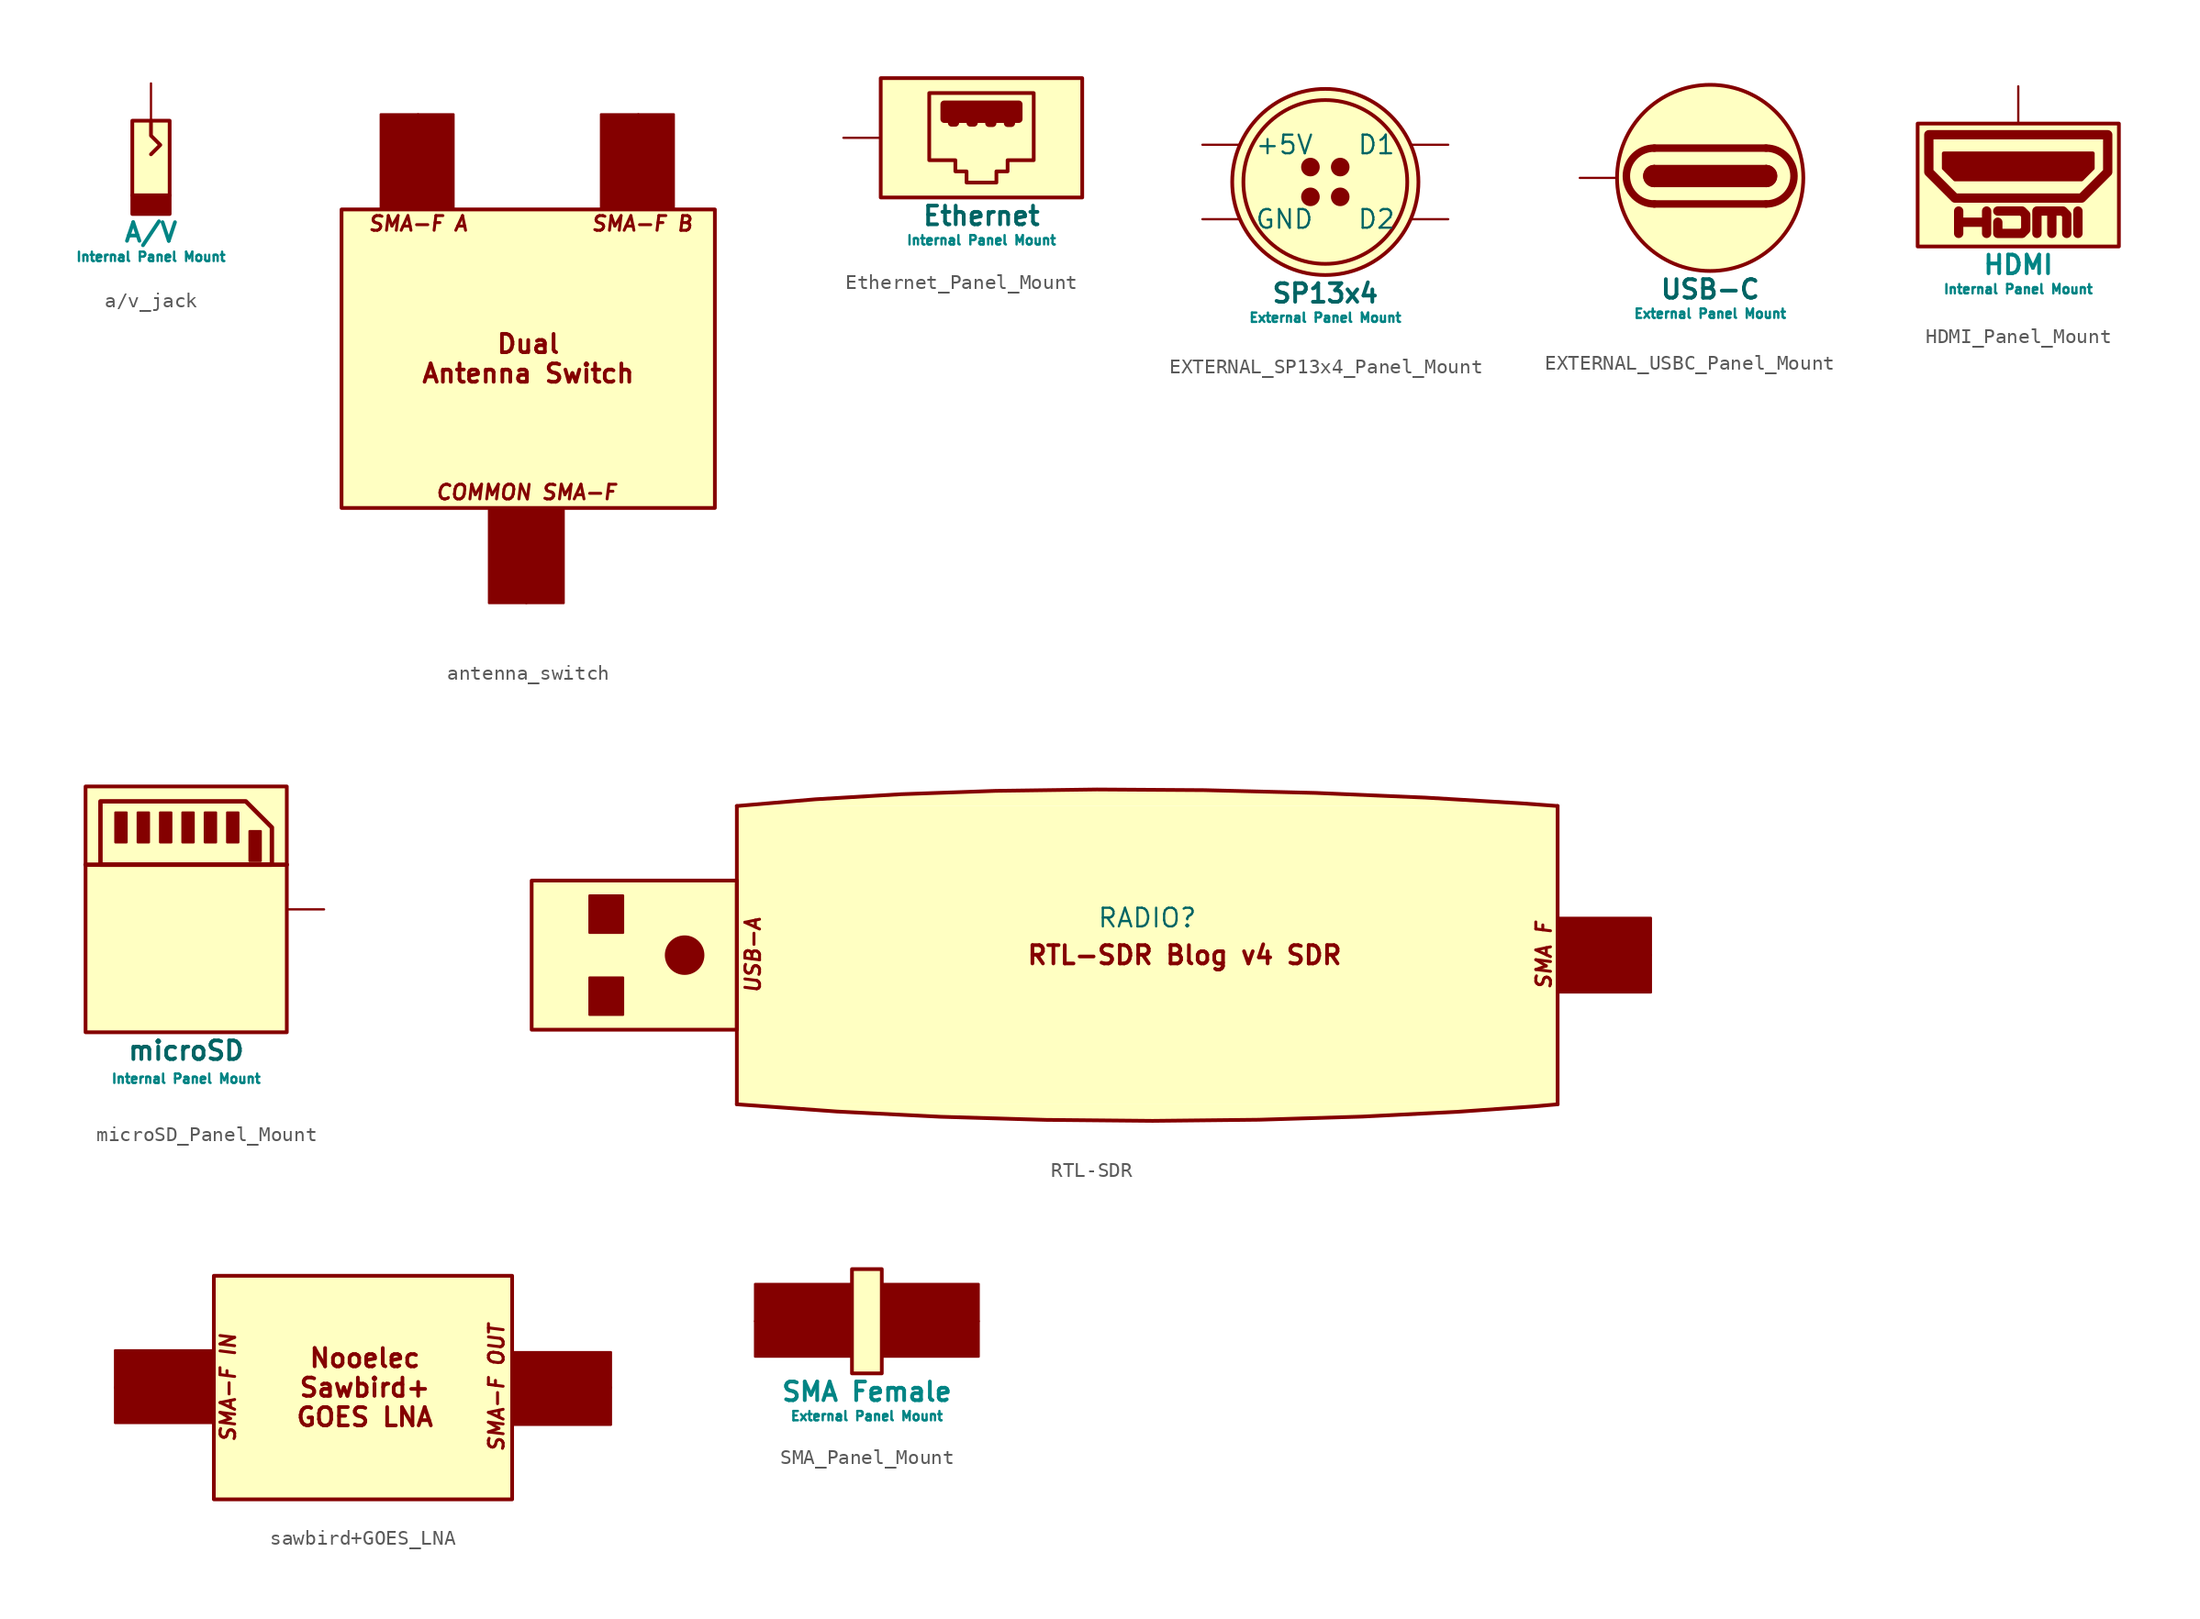
<source format=kicad_sym>
(kicad_symbol_lib
  (version 20241209)
  (generator "kicad_symbol_editor")
  (generator_version "9.0")
  (symbol "a/v_jack"
    (property "Reference" "J"
      (at 0 3.556 0)
      (effects (font (size 1.27 1.27)) (hide yes)))
    (symbol "a/v_jack_0_1"
      (rectangle (start -1.27 -5.08) (end 1.27 0) (stroke (width 0.254) (type default)) (fill (type background)))
      (rectangle (start -1.27 -6.35) (end 1.27 -5.08) (stroke (width 0.254) (type default)) (fill (type outline)))
      (polyline (pts (xy 0 -2.286) (xy 0.635 -1.651) (xy 0 -1.016) (xy 0 0)) (stroke (width 0.254) (type default)) (fill (type none))))
    (symbol "a/v_jack_1_1"
      (text "A/V" (at 0 -6.858 0) (effects (font (size 1.27 1.27) (thickness 0.254) (bold yes) (color 0 132 132 1)) (justify top)))
      (text "Internal Panel Mount" (at 0 -8.89 0) (effects (font (size 0.635 0.635) (thickness 0.254) (bold yes) (color 0 132 132 1)) (justify top)))
      (pin passive line (at 0 2.54 270) (length 2.54) (name "" (effects (font (size 1.27 1.27)))) (number "" (effects (font (size 1.27 1.27)))))))
  (symbol "antenna_switch"
    (property "Reference" "J"
      (at -11.938 19.304 0)
      (effects (font (size 1.27 1.27)) (hide yes)))
    (symbol "antenna_switch_0_1"
      (rectangle (start -12.573 10.287) (end 12.827 -10.033) (stroke (width 0.254) (type default)) (fill (type background))))
    (symbol "antenna_switch_1_0"
      (rectangle (start -9.906 16.764) (end -4.953 10.287) (stroke (width 0) (type solid)) (fill (type color) (color 132 0 0 1)))
      (rectangle (start 2.54 -10.16) (end -2.54 -16.51) (stroke (width 0) (type solid)) (fill (type color) (color 132 0 0 1)))
      (rectangle (start 5.08 16.764) (end 10.033 10.287) (stroke (width 0) (type solid)) (fill (type color) (color 132 0 0 1))))
    (symbol "antenna_switch_1_1"
      (text "SMA-F A" (at -7.366 9.906 0) (effects (font (size 1 1) (thickness 0.2) (bold yes) (italic yes)) (justify top)))
      (text "COMMON SMA-F" (at 0 -8.382 0) (effects (font (size 1 1) (thickness 0.2) (bold yes) (italic yes)) (justify top)))
      (text "Dual\nAntenna Switch" (at 0.127 0.127 0) (effects (font (size 1.25 1.25) (thickness 0.25) (bold yes))))
      (text "SMA-F B" (at 7.874 9.906 0) (effects (font (size 1 1) (thickness 0.2) (bold yes) (italic yes)) (justify top)))
      (pin power_out line (at -7.366 16.764 90) (length 0) (name "" (effects (font (size 1.27 1.27)))) (number "" (effects (font (size 1.27 1.27)))))
      (pin power_out line (at 0 -16.51 270) (length 0) (name "" (effects (font (size 1.27 1.27)))) (number "" (effects (font (size 1.27 1.27)))))
      (pin power_out line (at 7.62 16.764 90) (length 0) (name "" (effects (font (size 1.27 1.27)))) (number "" (effects (font (size 1.27 1.27)))))))
  (symbol "Ethernet_Panel_Mount"
    (pin_names
      (offset 1.016))
    (property "Reference" "J"
      (at 14.478 3.302 90)
      (effects (font (size 1.27 1.27)) (justify bottom) (hide yes)))
    (property "Value" "Ethernet"
      (at 0 -4.572 0)
      (effects (font (size 1.27 1.27) (thickness 0.254) (bold yes)) (justify top)))
    (symbol "Ethernet_Panel_Mount_0_0"
      (rectangle (start -2.54 2.286) (end 2.54 1.27) (stroke (width 0.508) (type default)) (fill (type outline)))
      (rectangle (start -2.032 1.041) (end -1.778 1.016) (stroke (width 0.508) (type default)) (fill (type none)))
      (rectangle (start -0.762 1.041) (end -0.508 1.016) (stroke (width 0.508) (type default)) (fill (type none)))
      (rectangle (start 0.508 1.016) (end 0.762 0.991) (stroke (width 0.508) (type default)) (fill (type none)))
      (rectangle (start 1.778 1.016) (end 2.032 0.991) (stroke (width 0.508) (type default)) (fill (type none))))
    (symbol "Ethernet_Panel_Mount_0_1"
      (rectangle (start -6.858 4.064) (end 6.858 -4.064) (stroke (width 0.254) (type default)) (fill (type background))))
    (symbol "Ethernet_Panel_Mount_1_0"
      (polyline (pts (xy -3.556 3.048) (xy 3.556 3.048) (xy 3.556 -1.524) (xy 1.778 -1.524) (xy 1.778 -2.286) (xy 1.016 -2.286) (xy 1.016 -3.048) (xy -1.016 -3.048) (xy -1.016 -2.286) (xy -1.778 -2.286) (xy -1.778 -1.524) (xy -3.556 -1.524) (xy -3.556 3.048)) (stroke (width 0.254) (type solid)) (fill (type none))))
    (symbol "Ethernet_Panel_Mount_1_1"
      (text "Internal Panel Mount" (at 0 -6.604 0) (effects (font (size 0.635 0.635) (thickness 0.254) (bold yes) (color 0 132 132 1)) (justify top)))
      (pin bidirectional line (at -9.398 0 0) (length 2.54) (name "" (effects (font (size 1.27 1.27)))) (number "" (effects (font (size 1.27 1.27)))))))
  (symbol "EXTERNAL_SP13x4_Panel_Mount"
    (pin_names
      (offset 1.016))
    (property "Reference" "J"
      (at 14.478 3.302 90)
      (effects (font (size 1.27 1.27)) (justify bottom) (hide yes)))
    (property "Value" "SP13x4"
      (at 0 -6.858 0)
      (effects (font (size 1.27 1.27) (thickness 0.254) (bold yes)) (justify top)))
    (symbol "EXTERNAL_SP13x4_Panel_Mount_1_0"
      (circle (center -1.016 1.016) (radius 0.508) (stroke (width 0.254) (type solid)) (fill (type outline)))
      (circle (center -1.016 -1.016) (radius 0.508) (stroke (width 0.254) (type solid)) (fill (type outline)))
      (circle (center 0 0) (radius 5.588) (stroke (width 0.254) (type solid)) (fill (type background)))
      (circle (center 0 0) (radius 6.35) (stroke (width 0.254) (type solid)) (fill (type background)))
      (circle (center 1.016 1.016) (radius 0.508) (stroke (width 0.254) (type solid)) (fill (type outline)))
      (circle (center 1.016 -1.016) (radius 0.508) (stroke (width 0.254) (type solid)) (fill (type outline))))
    (symbol "EXTERNAL_SP13x4_Panel_Mount_1_1"
      (text "External Panel Mount" (at 0 -8.89 0) (effects (font (size 0.635 0.635) (thickness 0.254) (bold yes) (color 0 132 132 1)) (justify top)))
      (pin power_in line (at -8.382 2.54 0) (length 2.54) (name "+5V" (effects (font (size 1.27 1.27)))) (number "" (effects (font (size 1.27 1.27)))))
      (pin power_out line (at -8.382 -2.54 0) (length 2.54) (name "GND" (effects (font (size 1.27 1.27)))) (number "" (effects (font (size 1.27 1.27)))))
      (pin power_in line (at 0 6.35 0) (length 0) (name "" (effects (font (size 1.27 1.27)))) (number "" (effects (font (size 1.27 1.27)))))
      (pin bidirectional line (at 8.382 2.54 180) (length 2.54) (name "D1" (effects (font (size 1.27 1.27)))) (number "" (effects (font (size 1.27 1.27)))))
      (pin bidirectional line (at 8.382 -2.54 180) (length 2.54) (name "D2" (effects (font (size 1.27 1.27)))) (number "" (effects (font (size 1.27 1.27)))))))
  (symbol "EXTERNAL_USBC_Panel_Mount"
    (pin_names
      (offset 1.016))
    (property "Reference" "J"
      (at 14.478 3.302 90)
      (effects (font (size 1.27 1.27)) (justify bottom) (hide yes)))
    (property "Value" "USB-C"
      (at 0 -6.858 0)
      (effects (font (size 1.27 1.27) (thickness 0.254) (bold yes)) (justify top)))
    (symbol "EXTERNAL_USBC_Panel_Mount_0_1"
      (polyline (pts (xy -3.81 2.032) (xy 3.81 2.032)) (stroke (width 0.508) (type default)) (fill (type none)))
      (rectangle (start -3.81 0.762) (end 3.81 -0.508) (stroke (width 0.254) (type default)) (fill (type outline)))
      (arc (start -3.81 -0.508) (mid -4.4423 0.127) (end -3.81 0.762) (stroke (width 0.254) (type default)) (fill (type none)))
      (arc (start -3.81 -0.508) (mid -4.4423 0.127) (end -3.81 0.762) (stroke (width 0.254) (type default)) (fill (type outline)))
      (arc (start -3.81 -1.778) (mid -5.7067 0.127) (end -3.81 2.032) (stroke (width 0.508) (type default)) (fill (type none)))
      (arc (start 3.81 2.032) (mid 5.7067 0.127) (end 3.81 -1.778) (stroke (width 0.508) (type default)) (fill (type none)))
      (arc (start 3.81 0.762) (mid 4.4423 0.127) (end 3.81 -0.508) (stroke (width 0.254) (type default)) (fill (type none)))
      (arc (start 3.81 0.762) (mid 4.4423 0.127) (end 3.81 -0.508) (stroke (width 0.254) (type default)) (fill (type outline)))
      (polyline (pts (xy 3.81 -1.778) (xy -3.81 -1.778)) (stroke (width 0.508) (type default)) (fill (type none))))
    (symbol "EXTERNAL_USBC_Panel_Mount_1_0"
      (circle (center 0 0) (radius 6.35) (stroke (width 0.254) (type solid)) (fill (type background))))
    (symbol "EXTERNAL_USBC_Panel_Mount_1_1"
      (text "External Panel Mount" (at 0 -8.89 0) (effects (font (size 0.635 0.635) (thickness 0.254) (bold yes) (color 0 132 132 1)) (justify top)))
      (pin bidirectional line (at -8.89 0 0) (length 2.54) (name "" (effects (font (size 1.27 1.27)))) (number "" (effects (font (size 1.27 1.27)))))))
  (symbol "HDMI_Panel_Mount"
    (property "Reference" "J"
      (at -6.35 26.67 0)
      (effects (font (size 1.27 1.27)) (hide yes)))
    (symbol "HDMI_Panel_Mount_0_0"
      (polyline (pts (xy -4.062 -2.918) (xy -4.062 -1.394) (xy -4.062 -2.156) (xy -2.157 -2.156) (xy -2.157 -1.394) (xy -2.157 -2.918)) (stroke (width 0.635) (type default)) (fill (type none)))
      (polyline (pts (xy -1.395 -1.394) (xy 0.256 -1.394) (xy 0.51 -1.648) (xy 0.51 -2.664) (xy 0.256 -2.918) (xy -1.395 -2.918) (xy -1.395 -2.156)) (stroke (width 0.635) (type default)) (fill (type none)))
      (polyline (pts (xy 4.066 -2.918) (xy 4.066 -1.394)) (stroke (width 0.635) (type default)) (fill (type none))))
    (symbol "HDMI_Panel_Mount_0_1"
      (rectangle (start -6.858 4.572) (end 6.858 -3.81) (stroke (width 0.254) (type default)) (fill (type background)))
      (polyline (pts (xy 1.272 -2.918) (xy 1.272 -1.394) (xy 2.288 -1.394) (xy 2.288 -2.918) (xy 2.288 -1.394) (xy 3.05 -1.394) (xy 3.304 -1.648) (xy 3.304 -2.918)) (stroke (width 0.635) (type default)) (fill (type none)))
      (polyline (pts (xy 5.08 2.54) (xy 5.08 1.524) (xy 4.318 0.762) (xy -4.318 0.762) (xy -5.08 1.524) (xy -5.08 2.54) (xy 5.08 2.54)) (stroke (width 0.254) (type default)) (fill (type outline)))
      (polyline (pts (xy 6.096 3.81) (xy 6.096 1.27) (xy 4.318 -0.508) (xy -4.318 -0.508) (xy -6.096 1.27) (xy -6.096 3.81) (xy 6.096 3.81)) (stroke (width 0.635) (type default)) (fill (type none))))
    (symbol "HDMI_Panel_Mount_1_1"
      (text "HDMI" (at 0 -4.318 0) (effects (font (size 1.27 1.27) (thickness 0.254) (bold yes) (color 0 132 132 1)) (justify top)))
      (text "Internal Panel Mount" (at 0 -6.35 0) (effects (font (size 0.635 0.635) (thickness 0.254) (bold yes) (color 0 132 132 1)) (justify top)))
      (pin bidirectional line (at 0 7.112 270) (length 2.54) (name "" (effects (font (size 1.27 1.27)))) (number "" (effects (font (size 1.27 1.27)))))))
  (symbol "microSD_Panel_Mount"
    (property "Reference" "J"
      (at -11.938 19.304 0)
      (effects (font (size 1.27 1.27)) (hide yes)))
    (property "Value" "microSD"
      (at 0 -8.89 0)
      (effects (font (size 1.27 1.27) (thickness 0.254) (bold yes)) (justify top)))
    (symbol "microSD_Panel_Mount_0_1"
      (rectangle (start -6.858 8.382) (end 6.858 -8.382) (stroke (width 0.254) (type default)) (fill (type background)))
      (rectangle (start -4.826 6.604) (end -4.064 4.572) (stroke (width 0) (type default)) (fill (type outline)))
      (rectangle (start -3.302 4.572) (end -2.54 6.604) (stroke (width 0) (type default)) (fill (type outline)))
      (rectangle (start -1.778 4.572) (end -1.016 6.604) (stroke (width 0) (type default)) (fill (type outline)))
      (rectangle (start -0.254 4.572) (end 0.508 6.604) (stroke (width 0) (type default)) (fill (type outline)))
      (rectangle (start 1.27 4.572) (end 2.032 6.604) (stroke (width 0) (type default)) (fill (type outline)))
      (rectangle (start 2.794 4.572) (end 3.556 6.604) (stroke (width 0) (type default)) (fill (type outline)))
      (rectangle (start 4.318 3.302) (end 5.08 5.334) (stroke (width 0) (type default)) (fill (type outline))))
    (symbol "microSD_Panel_Mount_1_0"
      (polyline (pts (xy 6.858 3.048) (xy -6.858 3.048)) (stroke (width 0.3) (type solid)) (fill (type none))))
    (symbol "microSD_Panel_Mount_1_1"
      (polyline (pts (xy 4.064 7.366) (xy -5.842 7.366) (xy -5.842 3.048) (xy 5.842 3.048) (xy 5.842 5.588) (xy 4.064 7.366)) (stroke (width 0.3) (type default)) (fill (type none)))
      (text "Internal Panel Mount" (at 0 -11.176 0) (effects (font (size 0.635 0.635) (thickness 0.254) (bold yes) (color 0 132 132 1)) (justify top)))
      (pin bidirectional line (at 9.398 0 180) (length 2.54) (name "" (effects (font (size 1.27 1.27)))) (number "" (effects (font (size 1.27 1.27)))))))
  (symbol "RTL-SDR"
    (property "Reference" "RADIO"
      (at 0 2.54 0)
      (effects (font (size 1.27 1.27))))
    (property "Value" ""
      (at 0 0 0)
      (effects (font (size 1.27 1.27))))
    (symbol "RTL-SDR_1_0"
      (rectangle (start -41.91 5.08) (end -27.94 -5.08) (stroke (width 0.254) (type solid)) (fill (type background)))
      (rectangle (start -37.973 4.064) (end -35.687 1.524) (stroke (width 0) (type solid)) (fill (type outline)))
      (rectangle (start -37.973 -1.524) (end -35.687 -4.064) (stroke (width 0) (type solid)) (fill (type outline)))
      (circle (center -31.496 0) (radius 1.27) (stroke (width 0) (type solid)) (fill (type outline)))
      (bezier (pts (xy -27.94 10.16) (xy -2.54 12.7) (xy 27.94 10.16) (xy 27.94 10.16)) (stroke (width 0.254) (type solid)) (fill (type background)))
      (rectangle (start -27.94 10.16) (end 27.94 -10.16) (stroke (width -0.0001) (type solid)) (fill (type background)))
      (polyline (pts (xy -27.94 10.16) (xy -27.94 -10.16)) (stroke (width 0.254) (type solid)) (fill (type none)))
      (bezier (pts (xy -27.94 -10.16) (xy 2.54 -12.7) (xy 27.94 -10.16) (xy 27.94 -10.16)) (stroke (width 0.254) (type solid)) (fill (type background)))
      (polyline (pts (xy 27.94 10.16) (xy 27.94 -10.16)) (stroke (width 0.254) (type solid)) (fill (type none)))
      (rectangle (start 27.94 2.54) (end 34.29 -2.54) (stroke (width 0) (type solid)) (fill (type color) (color 132 0 0 1))))
    (symbol "RTL-SDR_1_1"
      (text "USB-A" (at -27.432 0 900) (effects (font (size 1 1) (thickness 0.2) (bold yes) (italic yes)) (justify top)))
      (text "RTL-SDR Blog v4 SDR" (at 2.54 0 0) (effects (font (size 1.25 1.25) (thickness 0.25) (bold yes))))
      (text "SMA F" (at 26.416 0 900) (effects (font (size 1 1) (thickness 0.2) (bold yes) (italic yes)) (justify top)))
      (pin power_out line (at -41.91 0 0) (length 0) (name "" (effects (font (size 1.27 1.27)))) (number "" (effects (font (size 1.27 1.27)))))
      (pin power_out line (at 34.29 0 0) (length 0) (name "" (effects (font (size 1.27 1.27)))) (number "" (effects (font (size 1.27 1.27)))))))
  (symbol "sawbird+GOES_LNA"
    (property "Reference" "J"
      (at -11.938 19.304 0)
      (effects (font (size 1.27 1.27)) (hide yes)))
    (symbol "sawbird+GOES_LNA_0_1"
      (rectangle (start -10.033 -7.62) (end 10.287 7.62) (stroke (width 0.254) (type default)) (fill (type background))))
    (symbol "sawbird+GOES_LNA_1_0"
      (rectangle (start -16.764 -2.413) (end -10.16 2.54) (stroke (width 0) (type solid)) (fill (type color) (color 132 0 0 1)))
      (rectangle (start 10.414 -2.54) (end 17.018 2.413) (stroke (width 0) (type solid)) (fill (type color) (color 132 0 0 1))))
    (symbol "sawbird+GOES_LNA_1_1"
      (text "SMA-F IN" (at -9.652 0 900) (effects (font (size 1 1) (thickness 0.2) (bold yes) (italic yes)) (justify top)))
      (text "Nooelec\nSawbird+\nGOES LNA" (at 0.254 0 0) (effects (font (size 1.25 1.25) (thickness 0.25) (bold yes))))
      (text "SMA-F OUT" (at 8.636 0 900) (effects (font (size 1 1) (thickness 0.2) (bold yes) (italic yes)) (justify top)))
      (pin power_out line (at -16.764 0 180) (length 0) (name "" (effects (font (size 1.27 1.27)))) (number "" (effects (font (size 1.27 1.27)))))
      (pin power_out line (at 17.018 0 0) (length 0) (name "" (effects (font (size 1.27 1.27)))) (number "" (effects (font (size 1.27 1.27)))))))
  (symbol "SMA_Panel_Mount"
    (property "Reference" "J"
      (at -11.938 19.304 0)
      (effects (font (size 1.27 1.27)) (hide yes)))
    (symbol "SMA_Panel_Mount_0_1"
      (rectangle (start -1.016 3.556) (end 1.016 -3.556) (stroke (width 0.254) (type default)) (fill (type background))))
    (symbol "SMA_Panel_Mount_1_0"
      (rectangle (start -7.62 2.54) (end -1.016 -2.413) (stroke (width 0) (type solid)) (fill (type color) (color 132 0 0 1)))
      (rectangle (start 1.016 2.54) (end 7.62 -2.413) (stroke (width 0) (type solid)) (fill (type color) (color 132 0 0 1))))
    (symbol "SMA_Panel_Mount_1_1"
      (text "SMA Female" (at 0 -4.064 0) (effects (font (size 1.27 1.27) (thickness 0.254) (bold yes) (color 0 132 132 1)) (justify top)))
      (text "External Panel Mount" (at 0 -6.096 0) (effects (font (size 0.635 0.635) (thickness 0.254) (bold yes) (color 0 132 132 1)) (justify top)))
      (pin power_out line (at -7.62 0 180) (length 0) (name "" (effects (font (size 1.27 1.27)))) (number "" (effects (font (size 1.27 1.27)))))
      (pin power_out line (at 7.62 0 0) (length 0) (name "" (effects (font (size 1.27 1.27)))) (number "" (effects (font (size 1.27 1.27))))))))
</source>
